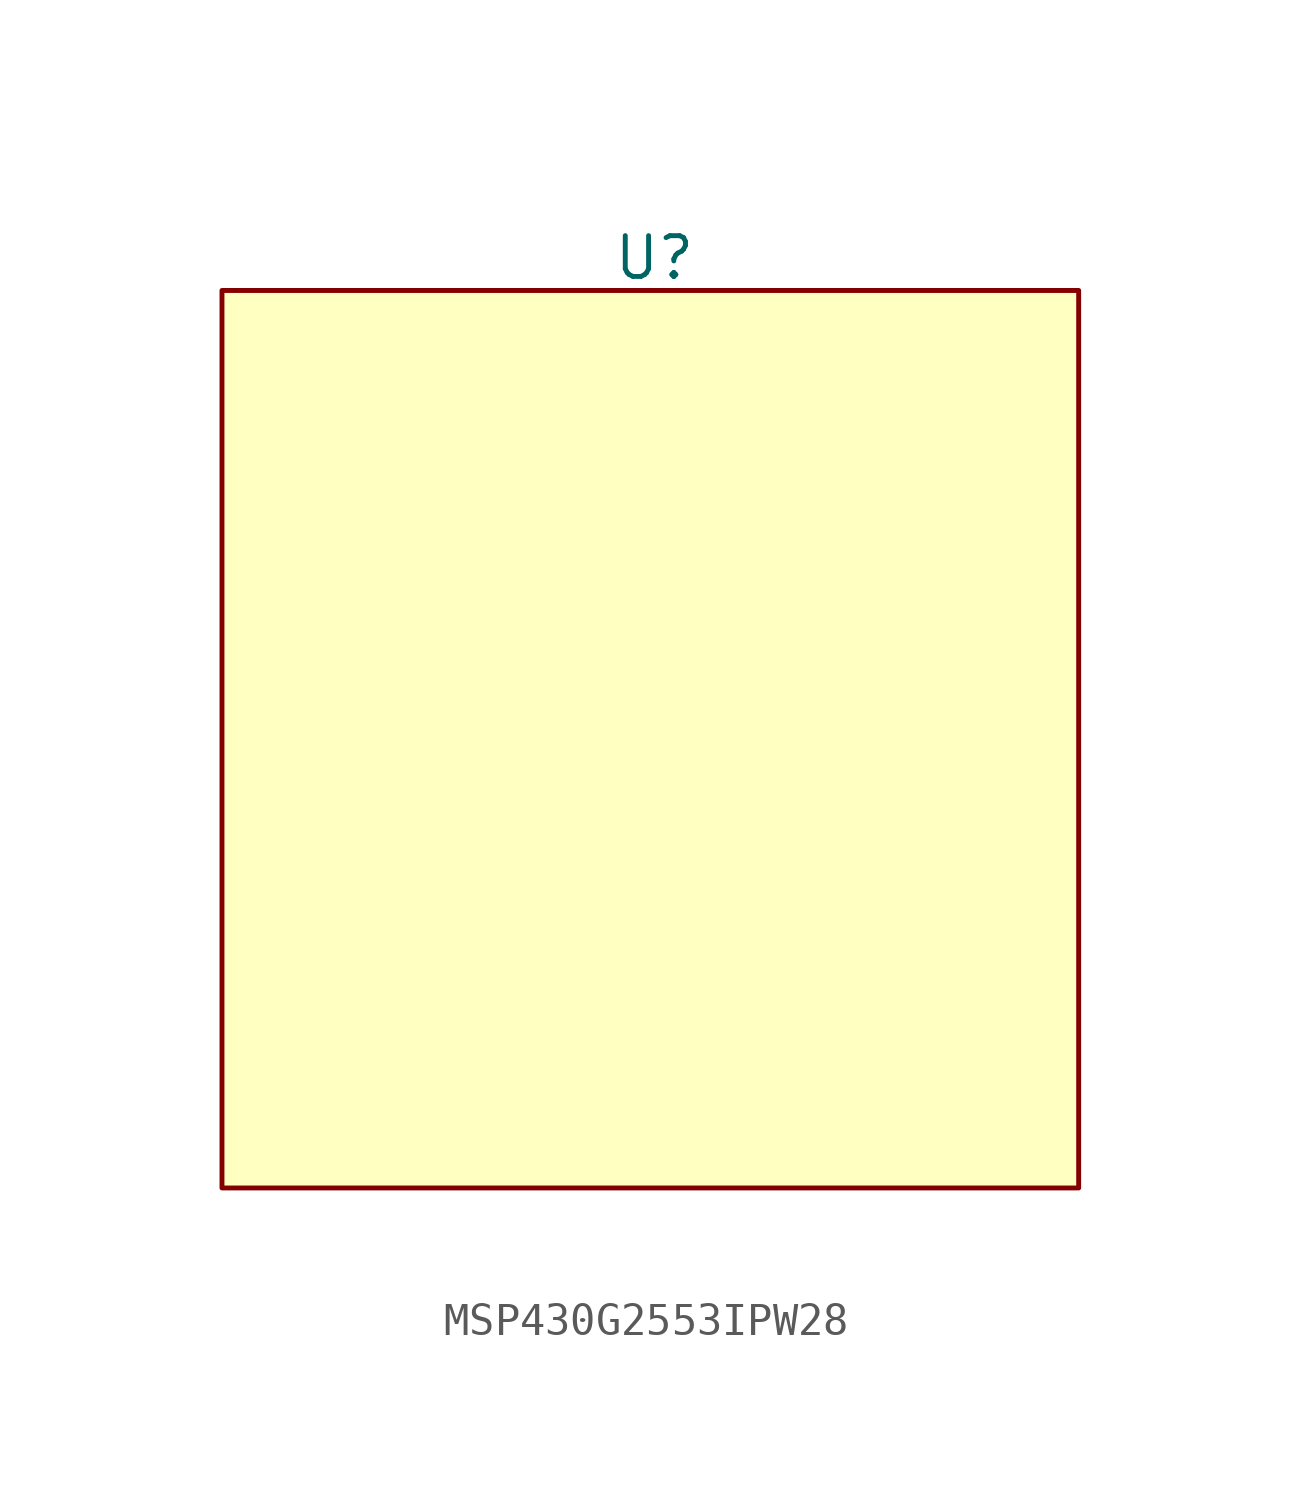
<source format=kicad_sym>
(kicad_symbol_lib
  (version 20241209)
  (generator "kicad_symbol_editor")
  (generator_version "9.0")
  (symbol "MSP430G2553IPW28"
    (property "Reference" "U"
      (at 13.462 28.956 0)
      (effects (font (size 1.27 1.27))))
    (property "Value" ""
      (at 0 0 0)
      (effects (font (size 1.27 1.27))))
    (symbol "MSP430G2553IPW28_1_1"
      (rectangle (start 0 27.94) (end 26.67 0) (stroke (width 0) (type solid)) (fill (type color) (color 255 255 194 1))))))
</source>
